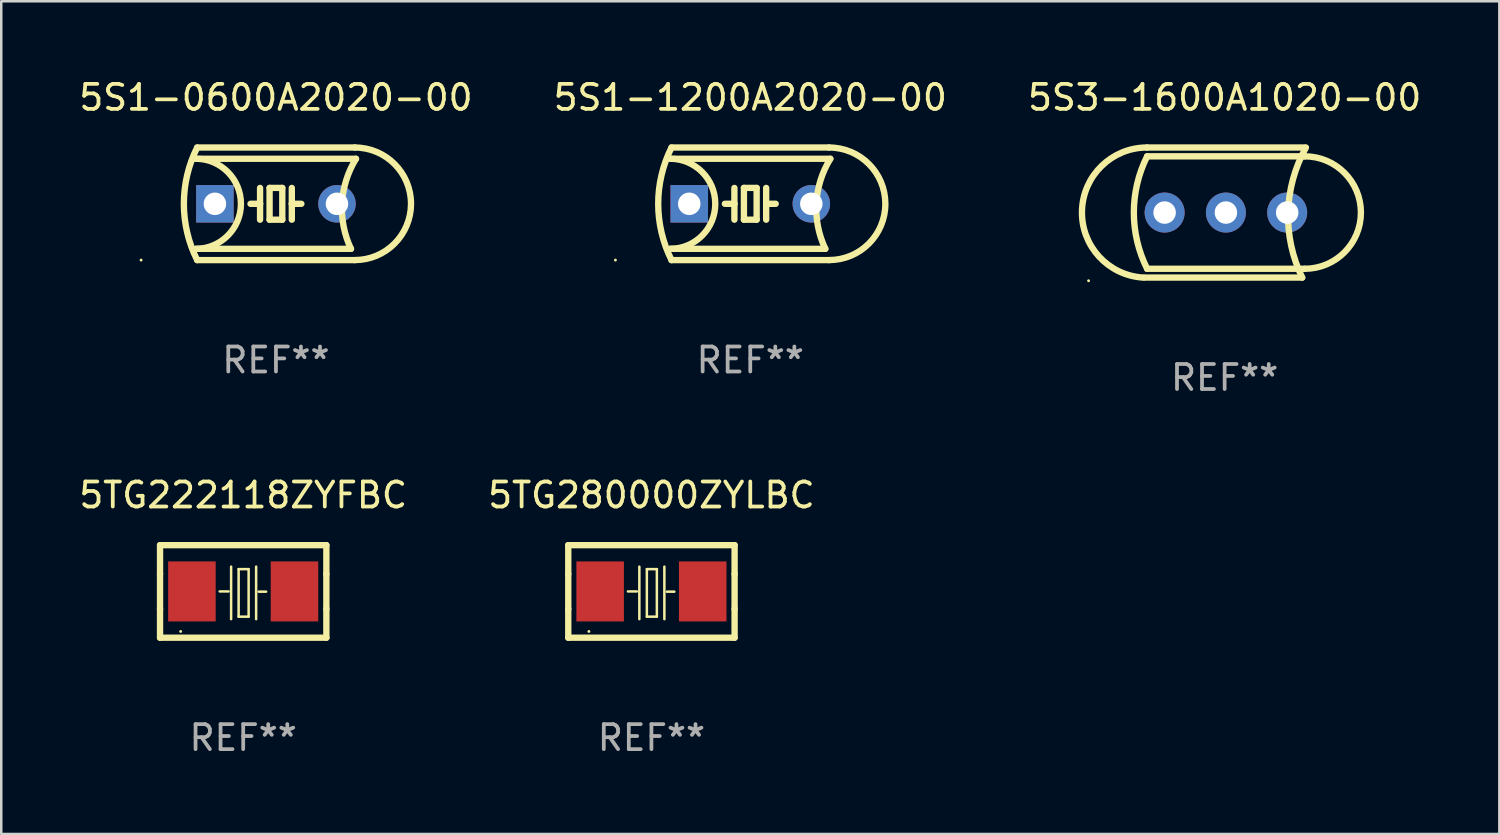
<source format=kicad_pcb>
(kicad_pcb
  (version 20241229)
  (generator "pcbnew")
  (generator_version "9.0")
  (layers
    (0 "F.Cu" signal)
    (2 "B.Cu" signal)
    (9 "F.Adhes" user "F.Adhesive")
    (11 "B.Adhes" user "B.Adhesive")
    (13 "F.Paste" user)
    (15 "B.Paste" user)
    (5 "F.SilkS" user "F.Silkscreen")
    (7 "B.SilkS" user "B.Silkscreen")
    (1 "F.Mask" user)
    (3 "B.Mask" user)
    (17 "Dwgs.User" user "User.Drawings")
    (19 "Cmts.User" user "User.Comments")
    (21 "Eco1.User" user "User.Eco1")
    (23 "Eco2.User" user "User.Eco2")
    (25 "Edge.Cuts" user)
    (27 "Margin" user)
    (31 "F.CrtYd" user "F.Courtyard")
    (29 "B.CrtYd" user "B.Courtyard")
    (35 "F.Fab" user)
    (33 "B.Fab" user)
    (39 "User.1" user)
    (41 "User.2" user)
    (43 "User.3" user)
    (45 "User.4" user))
  (footprint "5TG280000ZYLBC"
    (layer "F.Cu")
    (at 22.994 20.595)
    (property "Reference" "5TG280000ZYLBC" (at 0 -3.85 0) (layer "F.SilkS") (effects (font (size 1 1) (thickness 0.15))))
    (attr through_hole)
    (fp_line (start -3.325 0.7) (end -3.325 -0.7) (stroke (width 0.254) (type solid)) (layer "F.SilkS"))
    (fp_line (start -3.325 -1.85) (end 3.325 -1.85) (stroke (width 0.254) (type solid)) (layer "F.SilkS"))
    (fp_line (start -3.325 -0.7) (end -3.325 -1.85) (stroke (width 0.254) (type solid)) (layer "F.SilkS"))
    (fp_line (start -3.325 1.85) (end -3.325 0.7) (stroke (width 0.254) (type solid)) (layer "F.SilkS"))
    (fp_line (start -0.94 -0.000127) (end -0.584 -0.000127) (stroke (width 0.1) (type solid)) (layer "F.SilkS"))
    (fp_line (start -0.483 -0.991) (end -0.483 1.109) (stroke (width 0.1) (type solid)) (layer "F.SilkS"))
    (fp_line (start -0.183 -0.891) (end -0.183 1.009) (stroke (width 0.1) (type solid)) (layer "F.SilkS"))
    (fp_line (start -0.183 1.009) (end 0.217 1.009) (stroke (width 0.1) (type solid)) (layer "F.SilkS"))
    (fp_line (start 0.217 -0.891) (end -0.183 -0.891) (stroke (width 0.1) (type solid)) (layer "F.SilkS"))
    (fp_line (start 0.217 1.009) (end 0.217 -0.891) (stroke (width 0.1) (type solid)) (layer "F.SilkS"))
    (fp_line (start 0.517 -0.991) (end 0.517 1.109) (stroke (width 0.1) (type solid)) (layer "F.SilkS"))
    (fp_line (start 0.617 0.009) (end 0.917 0.009) (stroke (width 0.1) (type solid)) (layer "F.SilkS"))
    (fp_line (start 3.325 -1.85) (end 3.325 -0.7) (stroke (width 0.254) (type solid)) (layer "F.SilkS"))
    (fp_line (start 3.325 0.7) (end 3.325 1.85) (stroke (width 0.254) (type solid)) (layer "F.SilkS"))
    (fp_line (start 3.325 1.85) (end -3.325 1.85) (stroke (width 0.254) (type solid)) (layer "F.SilkS"))
    (fp_line (start 3.325 -0.7) (end 3.325 0.7) (stroke (width 0.254) (type solid)) (layer "F.SilkS"))
    (fp_circle (center -2.5 1.6) (end -2.47 1.6) (stroke (width 0.06) (type solid)) (fill no) (layer "F.SilkS"))
    (fp_text user "REF**" (at 0 5.85 0) (layer "F.Fab") (effects (font (size 1 1) (thickness 0.15))))
    (pad "1" smd rect (at -2.05 -0.000203) (size 1.9 2.4) (layers "F.Cu" "F.Mask" "F.Paste"))
    (pad "2" smd rect (at 2.05 -0.000203) (size 1.9 2.4) (layers "F.Cu" "F.Mask" "F.Paste")))
  (footprint "5TG222118ZYFBC"
    (layer "F.Cu")
    (at 6.673 20.595)
    (property "Reference" "5TG222118ZYFBC" (at 0 -3.85 0) (layer "F.SilkS") (effects (font (size 1 1) (thickness 0.15))))
    (attr through_hole)
    (fp_line (start -3.325 0.7) (end -3.325 -0.7) (stroke (width 0.254) (type solid)) (layer "F.SilkS"))
    (fp_line (start -3.325 -1.85) (end 3.325 -1.85) (stroke (width 0.254) (type solid)) (layer "F.SilkS"))
    (fp_line (start -3.325 -0.7) (end -3.325 -1.85) (stroke (width 0.254) (type solid)) (layer "F.SilkS"))
    (fp_line (start -3.325 1.85) (end -3.325 0.7) (stroke (width 0.254) (type solid)) (layer "F.SilkS"))
    (fp_line (start -0.94 -0.000127) (end -0.584 -0.000127) (stroke (width 0.1) (type solid)) (layer "F.SilkS"))
    (fp_line (start -0.483 -0.991) (end -0.483 1.109) (stroke (width 0.1) (type solid)) (layer "F.SilkS"))
    (fp_line (start -0.183 -0.891) (end -0.183 1.009) (stroke (width 0.1) (type solid)) (layer "F.SilkS"))
    (fp_line (start -0.183 1.009) (end 0.217 1.009) (stroke (width 0.1) (type solid)) (layer "F.SilkS"))
    (fp_line (start 0.217 -0.891) (end -0.183 -0.891) (stroke (width 0.1) (type solid)) (layer "F.SilkS"))
    (fp_line (start 0.217 1.009) (end 0.217 -0.891) (stroke (width 0.1) (type solid)) (layer "F.SilkS"))
    (fp_line (start 0.517 -0.991) (end 0.517 1.109) (stroke (width 0.1) (type solid)) (layer "F.SilkS"))
    (fp_line (start 0.617 0.009) (end 0.917 0.009) (stroke (width 0.1) (type solid)) (layer "F.SilkS"))
    (fp_line (start 3.325 -1.85) (end 3.325 -0.7) (stroke (width 0.254) (type solid)) (layer "F.SilkS"))
    (fp_line (start 3.325 0.7) (end 3.325 1.85) (stroke (width 0.254) (type solid)) (layer "F.SilkS"))
    (fp_line (start 3.325 1.85) (end -3.325 1.85) (stroke (width 0.254) (type solid)) (layer "F.SilkS"))
    (fp_line (start 3.325 -0.7) (end 3.325 0.7) (stroke (width 0.254) (type solid)) (layer "F.SilkS"))
    (fp_circle (center -2.5 1.6) (end -2.47 1.6) (stroke (width 0.06) (type solid)) (fill no) (layer "F.SilkS"))
    (fp_text user "REF**" (at 0 5.85 0) (layer "F.Fab") (effects (font (size 1 1) (thickness 0.15))))
    (pad "1" smd rect (at -2.05 -0.000127) (size 1.9 2.4) (layers "F.Cu" "F.Mask" "F.Paste"))
    (pad "2" smd rect (at 2.05 -0.000127) (size 1.9 2.4) (layers "F.Cu" "F.Mask" "F.Paste")))
  (footprint "5S1-0600A2020-00"
    (layer "F.Cu")
    (at 7.982 5.098)
    (property "Reference" "5S1-0600A2020-00" (at 0 -4.25 0) (layer "F.SilkS") (effects (font (size 1 1) (thickness 0.15))))
    (attr through_hole)
    (fp_line (start -3.2 -1.8) (end 3.2 -1.8) (stroke (width 0.254) (type solid)) (layer "F.SilkS"))
    (fp_line (start -3.15 2.25) (end 3.15 2.25) (stroke (width 0.254) (type solid)) (layer "F.SilkS"))
    (fp_line (start -0.635 -0.635) (end -0.635 0) (stroke (width 0.254) (type solid)) (layer "F.SilkS"))
    (fp_line (start -0.635 0) (end -1.016 0) (stroke (width 0.254) (type solid)) (layer "F.SilkS"))
    (fp_line (start -0.635 0) (end -0.635 0.635) (stroke (width 0.254) (type solid)) (layer "F.SilkS"))
    (fp_line (start -0.254 -0.635) (end -0.254 0.635) (stroke (width 0.254) (type solid)) (layer "F.SilkS"))
    (fp_line (start -0.254 0.635) (end 0.254 0.635) (stroke (width 0.254) (type solid)) (layer "F.SilkS"))
    (fp_line (start 0.254 -0.635) (end -0.254 -0.635) (stroke (width 0.254) (type solid)) (layer "F.SilkS"))
    (fp_line (start 0.254 0.635) (end 0.254 -0.635) (stroke (width 0.254) (type solid)) (layer "F.SilkS"))
    (fp_line (start 0.635 -0.635) (end 0.635 0) (stroke (width 0.254) (type solid)) (layer "F.SilkS"))
    (fp_line (start 0.635 0) (end 0.635 0.635) (stroke (width 0.254) (type solid)) (layer "F.SilkS"))
    (fp_line (start 0.635 0) (end 1.016 0) (stroke (width 0.254) (type solid)) (layer "F.SilkS"))
    (fp_line (start 3 1.8) (end -3.2 1.8) (stroke (width 0.254) (type solid)) (layer "F.SilkS"))
    (fp_line (start 3.15 -2.25) (end -3.15 -2.25) (stroke (width 0.254) (type solid)) (layer "F.SilkS"))
    (fp_arc (start -3.200406 -1.800864) (mid -1.399974 -0.000635) (end -3.2 1.8) (stroke (width 0.254001) (type solid)) (layer "F.SilkS"))
    (fp_arc (start -3.149606 2.250444) (mid -3.680941 0.000261) (end -3.149987 -2.250013) (stroke (width 0.254001) (type solid)) (layer "F.SilkS"))
    (fp_arc (start 2.999746 1.800863) (mid 2.642982 -0.024977) (end 3.2 -1.8) (stroke (width 0.254001) (type solid)) (layer "F.SilkS"))
    (fp_arc (start 3.149607 -2.250445) (mid 5.399848 -0.000406) (end 3.149987 2.250013) (stroke (width 0.254001) (type solid)) (layer "F.SilkS"))
    (fp_circle (center -5.392 2.25) (end -5.362 2.25) (stroke (width 0.06) (type solid)) (fill no) (layer "F.SilkS"))
    (fp_text user "REF**" (at 0 6.25 0) (layer "F.Fab") (effects (font (size 1 1) (thickness 0.15))))
    (pad "1" thru_hole rect (at -2.44 0) (size 1.5 1.5) (drill 0.9) (layers "*.Cu" "*.Mask"))
    (pad "2" thru_hole circle (at 2.44 0) (size 1.5 1.5) (drill 0.9) (layers "*.Cu" "*.Mask")))
  (footprint "5S1-1200A2020-00"
    (layer "F.Cu")
    (at 26.946 5.098)
    (property "Reference" "5S1-1200A2020-00" (at 0 -4.25 0) (layer "F.SilkS") (effects (font (size 1 1) (thickness 0.15))))
    (attr through_hole)
    (fp_line (start -3.2 -1.8) (end 3.2 -1.8) (stroke (width 0.254) (type solid)) (layer "F.SilkS"))
    (fp_line (start -3.15 2.25) (end 3.15 2.25) (stroke (width 0.254) (type solid)) (layer "F.SilkS"))
    (fp_line (start -0.635 -0.635) (end -0.635 0) (stroke (width 0.254) (type solid)) (layer "F.SilkS"))
    (fp_line (start -0.635 0) (end -1.016 0) (stroke (width 0.254) (type solid)) (layer "F.SilkS"))
    (fp_line (start -0.635 0) (end -0.635 0.635) (stroke (width 0.254) (type solid)) (layer "F.SilkS"))
    (fp_line (start -0.254 -0.635) (end -0.254 0.635) (stroke (width 0.254) (type solid)) (layer "F.SilkS"))
    (fp_line (start -0.254 0.635) (end 0.254 0.635) (stroke (width 0.254) (type solid)) (layer "F.SilkS"))
    (fp_line (start 0.254 -0.635) (end -0.254 -0.635) (stroke (width 0.254) (type solid)) (layer "F.SilkS"))
    (fp_line (start 0.254 0.635) (end 0.254 -0.635) (stroke (width 0.254) (type solid)) (layer "F.SilkS"))
    (fp_line (start 0.635 -0.635) (end 0.635 0) (stroke (width 0.254) (type solid)) (layer "F.SilkS"))
    (fp_line (start 0.635 0) (end 0.635 0.635) (stroke (width 0.254) (type solid)) (layer "F.SilkS"))
    (fp_line (start 0.635 0) (end 1.016 0) (stroke (width 0.254) (type solid)) (layer "F.SilkS"))
    (fp_line (start 3 1.8) (end -3.2 1.8) (stroke (width 0.254) (type solid)) (layer "F.SilkS"))
    (fp_line (start 3.15 -2.25) (end -3.15 -2.25) (stroke (width 0.254) (type solid)) (layer "F.SilkS"))
    (fp_arc (start -3.200406 -1.800864) (mid -1.399974 -0.000635) (end -3.2 1.8) (stroke (width 0.254001) (type solid)) (layer "F.SilkS"))
    (fp_arc (start -3.149606 2.250444) (mid -3.680941 0.000261) (end -3.149987 -2.250013) (stroke (width 0.254001) (type solid)) (layer "F.SilkS"))
    (fp_arc (start 2.999746 1.800863) (mid 2.642982 -0.024977) (end 3.2 -1.8) (stroke (width 0.254001) (type solid)) (layer "F.SilkS"))
    (fp_arc (start 3.149607 -2.250445) (mid 5.399848 -0.000406) (end 3.149987 2.250013) (stroke (width 0.254001) (type solid)) (layer "F.SilkS"))
    (fp_circle (center -5.392 2.25) (end -5.362 2.25) (stroke (width 0.06) (type solid)) (fill no) (layer "F.SilkS"))
    (fp_text user "REF**" (at 0 6.25 0) (layer "F.Fab") (effects (font (size 1 1) (thickness 0.15))))
    (pad "1" thru_hole rect (at -2.44 0) (size 1.5 1.5) (drill 0.9) (layers "*.Cu" "*.Mask"))
    (pad "2" thru_hole circle (at 2.44 0) (size 1.5 1.5) (drill 0.9) (layers "*.Cu" "*.Mask")))
  (footprint "5S3-1600A1020-00"
    (layer "F.Cu")
    (at 45.911 5.448)
    (property "Reference" "5S3-1600A1020-00" (at 0 -4.6 0) (layer "F.SilkS") (effects (font (size 1 1) (thickness 0.15))))
    (attr through_hole)
    (fp_line (start 3.1 2.6) (end -3.2 2.6) (stroke (width 0.254) (type solid)) (layer "F.SilkS"))
    (fp_line (start 3.2 -2.6) (end -3.1 -2.6) (stroke (width 0.254) (type solid)) (layer "F.SilkS"))
    (fp_line (start 3.2 -2.248) (end -3.1 -2.248) (stroke (width 0.254) (type solid)) (layer "F.SilkS"))
    (fp_line (start 3.2 2.248) (end -3.1 2.248) (stroke (width 0.254) (type solid)) (layer "F.SilkS"))
    (fp_arc (start -3.25 2.6) (mid -5.702198 -0.073567) (end -3.099606 -2.600966) (stroke (width 0.254001) (type solid)) (layer "F.SilkS"))
    (fp_arc (start -3.099606 2.247904) (mid -3.630101 0) (end -3.099606 -2.247904) (stroke (width 0.254001) (type solid)) (layer "F.SilkS"))
    (fp_arc (start 3.100546 2.600965) (mid 2.537649 -0.01784) (end 3.25 -2.6) (stroke (width 0.254001) (type solid)) (layer "F.SilkS"))
    (fp_arc (start 3.199606 -2.247904) (mid 5.44751 0) (end 3.199606 2.247904) (stroke (width 0.254001) (type solid)) (layer "F.SilkS"))
    (fp_circle (center -5.44 2.727) (end -5.41 2.727) (stroke (width 0.06) (type solid)) (fill no) (layer "F.SilkS"))
    (fp_text user "REF**" (at 0 6.6 0) (layer "F.Fab") (effects (font (size 1 1) (thickness 0.15))))
    (pad "1" thru_hole circle (at -2.4 0) (size 1.6 1.6) (drill 0.9) (layers "*.Cu" "*.Mask"))
    (pad "2" thru_hole circle (at 0.05 0) (size 1.6 1.6) (drill 0.9) (layers "*.Cu" "*.Mask"))
    (pad "3" thru_hole circle (at 2.5 0) (size 1.6 1.6) (drill 0.9) (layers "*.Cu" "*.Mask")))
  (gr_rect
    (start -3 -3)
    (end 56.893 30.293)
    (stroke (width 0.1) (type default))
    (fill no)
    (layer "Edge.Cuts")))
</source>
